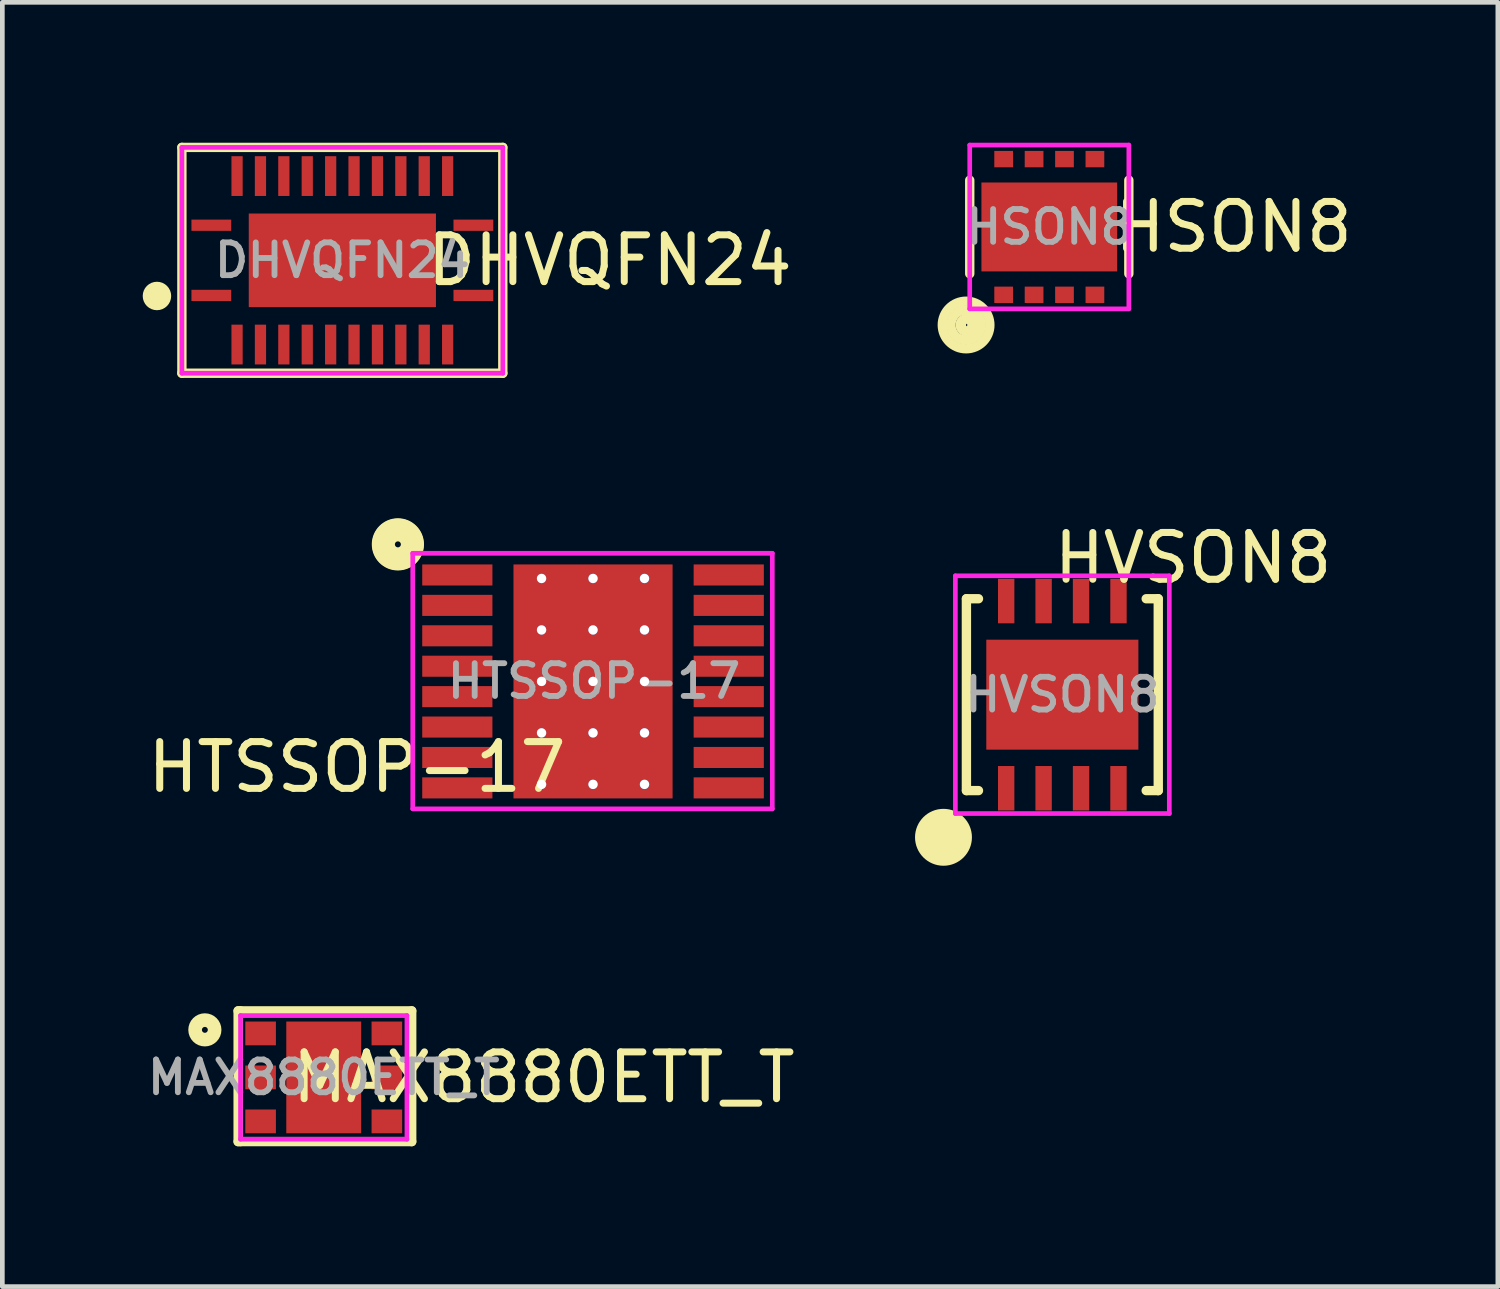
<source format=kicad_pcb>
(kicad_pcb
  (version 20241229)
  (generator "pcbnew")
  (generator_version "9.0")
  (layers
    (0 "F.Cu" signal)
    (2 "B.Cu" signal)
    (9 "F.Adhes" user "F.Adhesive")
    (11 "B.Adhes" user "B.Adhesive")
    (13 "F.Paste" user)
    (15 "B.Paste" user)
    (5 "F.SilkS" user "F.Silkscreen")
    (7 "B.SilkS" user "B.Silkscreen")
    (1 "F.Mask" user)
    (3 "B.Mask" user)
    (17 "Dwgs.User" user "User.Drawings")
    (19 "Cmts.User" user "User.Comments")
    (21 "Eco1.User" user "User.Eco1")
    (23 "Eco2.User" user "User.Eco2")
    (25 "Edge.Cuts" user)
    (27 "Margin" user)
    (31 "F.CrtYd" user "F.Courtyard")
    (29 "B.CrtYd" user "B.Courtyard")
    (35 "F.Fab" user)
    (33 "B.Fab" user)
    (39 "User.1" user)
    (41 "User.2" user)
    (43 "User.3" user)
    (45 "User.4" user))
  (footprint "MAX8880ETT_T"
    (layer "F.Cu")
    (at 3.868 19.974)
    (property "Reference" "MAX8880ETT_T" (at 4.7 0 0) (layer "F.SilkS") (effects (font (size 1 1) (thickness 0.15))))
    (attr through_hole)
    (fp_line (start -1.829 -1.422) (end -1.778 -1.422) (stroke (width 0.2) (type solid)) (layer "F.SilkS"))
    (fp_line (start -1.829 1.372) (end -1.829 -1.422) (stroke (width 0.2) (type solid)) (layer "F.SilkS"))
    (fp_line (start -1.778 -1.422) (end 1.88 -1.422) (stroke (width 0.2) (type solid)) (layer "F.SilkS"))
    (fp_line (start -1.778 1.372) (end -1.829 1.372) (stroke (width 0.2) (type solid)) (layer "F.SilkS"))
    (fp_line (start 1.88 -1.422) (end 1.88 1.372) (stroke (width 0.2) (type solid)) (layer "F.SilkS"))
    (fp_line (start 1.88 1.372) (end -1.778 1.372) (stroke (width 0.2) (type solid)) (layer "F.SilkS"))
    (fp_circle (center -2.54 -1.016) (end -2.477 -1.016) (stroke (width 0.2) (type solid)) (fill no) (layer "F.SilkS"))
    (fp_circle (center -2.54 -1.016) (end -2.286 -1.016) (stroke (width 0.2) (type solid)) (fill no) (layer "F.SilkS"))
    (fp_line (start -1.778 -1.321) (end 1.778 -1.321) (stroke (width 0.1) (type solid)) (layer "F.CrtYd"))
    (fp_line (start -1.778 1.321) (end -1.778 -1.321) (stroke (width 0.1) (type solid)) (layer "F.CrtYd"))
    (fp_line (start 1.778 -1.321) (end 1.778 1.321) (stroke (width 0.1) (type solid)) (layer "F.CrtYd"))
    (fp_line (start 1.778 1.321) (end -1.778 1.321) (stroke (width 0.1) (type solid)) (layer "F.CrtYd"))
    (fp_text user "${REFERENCE}" (at 0 0 0) (layer "F.Fab") (effects (font (size 0.7 0.7) (thickness 0.125))))
    (pad "" smd rect (at 0 0) (size 0.025 0.025) (layers "F.Paste"))
    (pad "1" smd rect (at -1.349 -0.94) (size 0.654 0.508) (layers "F.Cu" "F.Mask" "F.Paste"))
    (pad "2" smd rect (at -1.349 0) (size 0.654 0.508) (layers "F.Cu" "F.Mask" "F.Paste"))
    (pad "3" smd rect (at -1.349 0.94) (size 0.654 0.508) (layers "F.Cu" "F.Mask" "F.Paste"))
    (pad "4" smd rect (at 1.349 0.94) (size 0.654 0.508) (layers "F.Cu" "F.Mask" "F.Paste"))
    (pad "5" smd rect (at 1.349 0) (size 0.654 0.508) (layers "F.Cu" "F.Mask" "F.Paste"))
    (pad "6" smd rect (at 1.349 -0.94) (size 0.654 0.508) (layers "F.Cu" "F.Mask" "F.Paste"))
    (pad "7" smd rect (at 0 0) (size 1.6 2.388) (layers "F.Cu" "F.Mask" "F.Paste")))
  (footprint "HTSSOP-17"
    (layer "F.Cu")
    (at 9.623 11.512)
    (property "Reference" "HTSSOP-17" (at -5.045 1.831 0) (layer "F.SilkS") (effects (font (size 1 1) (thickness 0.15))))
    (attr through_hole)
    (fp_circle (center -4.17 -2.929) (end -4.106 -2.929) (stroke (width 0.2) (type solid)) (fill no) (layer "F.SilkS"))
    (fp_circle (center -4.17 -2.929) (end -3.979 -2.929) (stroke (width 0.2) (type solid)) (fill no) (layer "F.SilkS"))
    (fp_circle (center -4.17 -2.929) (end -3.853 -2.929) (stroke (width 0.2) (type solid)) (fill no) (layer "F.SilkS"))
    (fp_circle (center -4.17 -2.929) (end -3.725 -2.992) (stroke (width 0.2) (type solid)) (fill no) (layer "F.SilkS"))
    (fp_circle (center -4.17 -2.929) (end -3.662 -2.929) (stroke (width 0.1) (type solid)) (fill no) (layer "F.SilkS"))
    (fp_line (start -3.853 -2.738) (end -3.853 2.723) (stroke (width 0.1) (type solid)) (layer "F.CrtYd"))
    (fp_line (start -3.853 2.723) (end 3.831 2.723) (stroke (width 0.1) (type solid)) (layer "F.CrtYd"))
    (fp_line (start 3.831 -2.738) (end -3.853 -2.738) (stroke (width 0.1) (type solid)) (layer "F.CrtYd"))
    (fp_line (start 3.831 2.723) (end 3.831 -2.738) (stroke (width 0.1) (type solid)) (layer "F.CrtYd"))
    (fp_text user "${REFERENCE}" (at 0.021 -0.007 0) (layer "F.Fab") (effects (font (size 0.7 0.7) (thickness 0.125))))
    (pad "1" smd rect (at -2.9 -2.275) (size 1.5 0.45) (layers "F.Cu" "F.Mask" "F.Paste"))
    (pad "2" smd rect (at -2.9 -1.625) (size 1.5 0.45) (layers "F.Cu" "F.Mask" "F.Paste"))
    (pad "3" smd rect (at -2.9 -0.975) (size 1.5 0.45) (layers "F.Cu" "F.Mask" "F.Paste"))
    (pad "4" smd rect (at -2.9 -0.325) (size 1.5 0.45) (layers "F.Cu" "F.Mask" "F.Paste"))
    (pad "5" smd rect (at -2.9 0.325) (size 1.5 0.45) (layers "F.Cu" "F.Mask" "F.Paste"))
    (pad "6" smd rect (at -2.9 0.975) (size 1.5 0.45) (layers "F.Cu" "F.Mask" "F.Paste"))
    (pad "6" thru_hole circle (at -1.1 -2.2) (size 0.2 0.2) (drill 0.2) (layers "*.Cu" "*.Mask"))
    (pad "6" thru_hole circle (at -1.1 -1.1) (size 0.2 0.2) (drill 0.2) (layers "*.Cu" "*.Mask"))
    (pad "6" thru_hole circle (at -1.1 0) (size 0.2 0.2) (drill 0.2) (layers "*.Cu" "*.Mask"))
    (pad "6" thru_hole circle (at -1.1 1.1) (size 0.2 0.2) (drill 0.2) (layers "*.Cu" "*.Mask"))
    (pad "6" thru_hole circle (at -1.1 2.2) (size 0.2 0.2) (drill 0.2) (layers "*.Cu" "*.Mask"))
    (pad "6" thru_hole circle (at 0 -2.2) (size 0.2 0.2) (drill 0.2) (layers "*.Cu" "*.Mask"))
    (pad "6" thru_hole circle (at 0 -1.1) (size 0.2 0.2) (drill 0.2) (layers "*.Cu" "*.Mask"))
    (pad "6" thru_hole circle (at 0 0) (size 0.2 0.2) (drill 0.2) (layers "*.Cu" "*.Mask"))
    (pad "6" smd rect (at 0 0) (size 3.4 5) (layers "F.Cu" "F.Mask" "F.Paste"))
    (pad "6" thru_hole circle (at 0 1.1) (size 0.2 0.2) (drill 0.2) (layers "*.Cu" "*.Mask"))
    (pad "6" thru_hole circle (at 0 2.2) (size 0.2 0.2) (drill 0.2) (layers "*.Cu" "*.Mask"))
    (pad "6" thru_hole circle (at 1.1 -2.2) (size 0.2 0.2) (drill 0.2) (layers "*.Cu" "*.Mask"))
    (pad "6" thru_hole circle (at 1.1 -1.1) (size 0.2 0.2) (drill 0.2) (layers "*.Cu" "*.Mask"))
    (pad "6" thru_hole circle (at 1.1 0) (size 0.2 0.2) (drill 0.2) (layers "*.Cu" "*.Mask"))
    (pad "6" thru_hole circle (at 1.1 1.1) (size 0.2 0.2) (drill 0.2) (layers "*.Cu" "*.Mask"))
    (pad "6" thru_hole circle (at 1.1 2.2) (size 0.2 0.2) (drill 0.2) (layers "*.Cu" "*.Mask"))
    (pad "7" smd rect (at -2.9 1.625) (size 1.5 0.45) (layers "F.Cu" "F.Mask" "F.Paste"))
    (pad "8" smd rect (at -2.9 2.275) (size 1.5 0.45) (layers "F.Cu" "F.Mask" "F.Paste"))
    (pad "9" smd rect (at 2.9 2.275) (size 1.5 0.45) (layers "F.Cu" "F.Mask" "F.Paste"))
    (pad "10" smd rect (at 2.9 1.625) (size 1.5 0.45) (layers "F.Cu" "F.Mask" "F.Paste"))
    (pad "11" smd rect (at 2.9 0.975) (size 1.5 0.45) (layers "F.Cu" "F.Mask" "F.Paste"))
    (pad "12" smd rect (at 2.9 0.325) (size 1.5 0.45) (layers "F.Cu" "F.Mask" "F.Paste"))
    (pad "13" smd rect (at 2.9 -0.325) (size 1.5 0.45) (layers "F.Cu" "F.Mask" "F.Paste"))
    (pad "14" smd rect (at 2.9 -0.975) (size 1.5 0.45) (layers "F.Cu" "F.Mask" "F.Paste"))
    (pad "15" smd rect (at 2.9 -1.625) (size 1.5 0.45) (layers "F.Cu" "F.Mask" "F.Paste"))
    (pad "16" smd rect (at 2.9 -2.275) (size 1.5 0.45) (layers "F.Cu" "F.Mask" "F.Paste")))
  (footprint "HVSON8"
    (layer "F.Cu")
    (at 19.652 11.795)
    (property "Reference" "HVSON8" (at 2.794 -2.921 180) (layer "F.SilkS") (effects (font (size 1 1) (thickness 0.15))))
    (attr through_hole)
    (fp_line (start -2.05 -2.05) (end -2.05 2.05) (stroke (width 0.2) (type solid)) (layer "F.SilkS"))
    (fp_line (start -2.048 -2.05) (end -1.792 -2.05) (stroke (width 0.2) (type solid)) (layer "F.SilkS"))
    (fp_line (start -2.048 2.05) (end -1.792 2.05) (stroke (width 0.2) (type solid)) (layer "F.SilkS"))
    (fp_line (start 2.048 -2.05) (end 1.792 -2.05) (stroke (width 0.2) (type solid)) (layer "F.SilkS"))
    (fp_line (start 2.048 2.05) (end 1.792 2.05) (stroke (width 0.2) (type solid)) (layer "F.SilkS"))
    (fp_line (start 2.05 -2.05) (end 2.05 2.05) (stroke (width 0.2) (type solid)) (layer "F.SilkS"))
    (fp_circle (center -2.667 3.048) (end -2.54 3.048) (stroke (width 0.2) (type solid)) (fill no) (layer "F.SilkS"))
    (fp_circle (center -2.54 3.048) (end -2.413 3.048) (stroke (width 0.2) (type solid)) (fill no) (layer "F.SilkS"))
    (fp_circle (center -2.54 3.048) (end -2.286 3.048) (stroke (width 0.2) (type solid)) (fill no) (layer "F.SilkS"))
    (fp_circle (center -2.54 3.048) (end -2.159 3.048) (stroke (width 0.2) (type solid)) (fill no) (layer "F.SilkS"))
    (fp_circle (center -2.54 3.048) (end -2.032 3.048) (stroke (width 0.2) (type solid)) (fill no) (layer "F.SilkS"))
    (fp_line (start -2.286 -2.54) (end -2.286 2.54) (stroke (width 0.1) (type solid)) (layer "F.CrtYd"))
    (fp_line (start -2.286 2.54) (end 2.286 2.54) (stroke (width 0.1) (type solid)) (layer "F.CrtYd"))
    (fp_line (start 2.286 -2.54) (end -2.286 -2.54) (stroke (width 0.1) (type solid)) (layer "F.CrtYd"))
    (fp_line (start 2.286 2.54) (end 2.286 -2.54) (stroke (width 0.1) (type solid)) (layer "F.CrtYd"))
    (fp_text user "${REFERENCE}" (at 0 0 0) (layer "F.Fab") (effects (font (size 0.7 0.7) (thickness 0.125))))
    (pad "1" smd rect (at -1.2 2) (size 0.35 0.95) (layers "F.Cu" "F.Mask" "F.Paste"))
    (pad "2" smd rect (at -0.4 2) (size 0.35 0.95) (layers "F.Cu" "F.Mask" "F.Paste"))
    (pad "3" smd rect (at 0.4 2) (size 0.35 0.95) (layers "F.Cu" "F.Mask" "F.Paste"))
    (pad "4" smd rect (at 0 0) (size 3.25 2.35) (layers "F.Cu" "F.Mask" "F.Paste"))
    (pad "4" smd rect (at 1.2 2) (size 0.35 0.95) (layers "F.Cu" "F.Mask" "F.Paste"))
    (pad "5" smd rect (at 1.2 -2) (size 0.35 0.95) (layers "F.Cu" "F.Mask" "F.Paste"))
    (pad "6" smd rect (at 0.4 -2) (size 0.35 0.95) (layers "F.Cu" "F.Mask" "F.Paste"))
    (pad "7" smd rect (at -0.4 -2) (size 0.35 0.95) (layers "F.Cu" "F.Mask" "F.Paste"))
    (pad "8" smd rect (at -1.2 -2) (size 0.35 0.95) (layers "F.Cu" "F.Mask" "F.Paste")))
  (footprint "DHVQFN24"
    (layer "F.Cu")
    (at 4.266 2.513)
    (property "Reference" "DHVQFN24" (at 5.715 0 0) (layer "F.SilkS") (effects (font (size 1 1) (thickness 0.15))))
    (attr through_hole)
    (fp_line (start -4.039 0.762) (end -3.937 0.762) (stroke (width 0.1) (type solid)) (layer "F.SilkS"))
    (fp_line (start -3.429 -2.413) (end -3.429 2.413) (stroke (width 0.2) (type solid)) (layer "F.SilkS"))
    (fp_line (start -3.429 2.413) (end 3.429 2.413) (stroke (width 0.2) (type solid)) (layer "F.SilkS"))
    (fp_line (start 3.429 -2.413) (end -3.429 -2.413) (stroke (width 0.2) (type solid)) (layer "F.SilkS"))
    (fp_line (start 3.429 2.413) (end 3.429 -2.413) (stroke (width 0.2) (type solid)) (layer "F.SilkS"))
    (fp_circle (center -3.962 0.762) (end -3.937 0.762) (stroke (width 0.1) (type solid)) (fill no) (layer "F.SilkS"))
    (fp_circle (center -3.962 0.762) (end -3.937 0.762) (stroke (width 0.1) (type solid)) (fill no) (layer "F.SilkS"))
    (fp_circle (center -3.962 0.762) (end -3.861 0.762) (stroke (width 0.1) (type solid)) (fill no) (layer "F.SilkS"))
    (fp_circle (center -3.962 0.762) (end -3.785 0.762) (stroke (width 0.1) (type solid)) (fill no) (layer "F.SilkS"))
    (fp_circle (center -3.962 0.762) (end -3.708 0.762) (stroke (width 0.1) (type solid)) (fill no) (layer "F.SilkS"))
    (fp_line (start -3.429 -2.413) (end -3.429 2.413) (stroke (width 0.1) (type solid)) (layer "F.CrtYd"))
    (fp_line (start -3.429 2.413) (end 3.429 2.413) (stroke (width 0.1) (type solid)) (layer "F.CrtYd"))
    (fp_line (start 3.429 -2.413) (end -3.429 -2.413) (stroke (width 0.1) (type solid)) (layer "F.CrtYd"))
    (fp_line (start 3.429 2.413) (end 3.429 -2.413) (stroke (width 0.1) (type solid)) (layer "F.CrtYd"))
    (fp_text user "${REFERENCE}" (at 0 0 0) (layer "F.Fab") (effects (font (size 0.7 0.7) (thickness 0.125))))
    (pad "1" smd rect (at -2.8 0.75) (size 0.85 0.24) (layers "F.Cu" "F.Paste"))
    (pad "1" smd rect (at 0 0) (size 4 2) (layers "F.Cu" "F.Mask"))
    (pad "2" smd rect (at -2.25 1.8) (size 0.24 0.85) (layers "F.Cu" "F.Paste"))
    (pad "3" smd rect (at -1.75 1.8) (size 0.24 0.85) (layers "F.Cu" "F.Paste"))
    (pad "4" smd rect (at -1.25 1.8) (size 0.24 0.85) (layers "F.Cu" "F.Paste"))
    (pad "5" smd rect (at -0.75 1.8) (size 0.24 0.85) (layers "F.Cu" "F.Paste"))
    (pad "6" smd rect (at -0.25 1.8) (size 0.24 0.85) (layers "F.Cu" "F.Paste"))
    (pad "7" smd rect (at 0.25 1.8) (size 0.24 0.85) (layers "F.Cu" "F.Paste"))
    (pad "8" smd rect (at 0.75 1.8) (size 0.24 0.85) (layers "F.Cu" "F.Paste"))
    (pad "9" smd rect (at 1.25 1.8) (size 0.24 0.85) (layers "F.Cu" "F.Paste"))
    (pad "10" smd rect (at 1.75 1.8) (size 0.24 0.85) (layers "F.Cu" "F.Paste"))
    (pad "11" smd rect (at 2.25 1.8) (size 0.24 0.85) (layers "F.Cu" "F.Paste"))
    (pad "12" smd rect (at 2.8 0.75) (size 0.85 0.24) (layers "F.Cu" "F.Paste"))
    (pad "13" smd rect (at 2.8 -0.75) (size 0.85 0.24) (layers "F.Cu" "F.Paste"))
    (pad "14" smd rect (at 2.25 -1.8) (size 0.24 0.85) (layers "F.Cu" "F.Paste"))
    (pad "15" smd rect (at 1.75 -1.8) (size 0.24 0.85) (layers "F.Cu" "F.Paste"))
    (pad "16" smd rect (at 1.25 -1.8) (size 0.24 0.85) (layers "F.Cu" "F.Paste"))
    (pad "17" smd rect (at 0.75 -1.8) (size 0.24 0.85) (layers "F.Cu" "F.Paste"))
    (pad "18" smd rect (at 0.25 -1.8) (size 0.24 0.85) (layers "F.Cu" "F.Paste"))
    (pad "19" smd rect (at -0.25 -1.8) (size 0.24 0.85) (layers "F.Cu" "F.Paste"))
    (pad "20" smd rect (at -0.75 -1.8) (size 0.24 0.85) (layers "F.Cu" "F.Paste"))
    (pad "21" smd rect (at -1.25 -1.8) (size 0.24 0.85) (layers "F.Cu" "F.Paste"))
    (pad "22" smd rect (at -1.75 -1.8) (size 0.24 0.85) (layers "F.Cu" "F.Paste"))
    (pad "23" smd rect (at -2.25 -1.8) (size 0.24 0.85) (layers "F.Cu" "F.Paste"))
    (pad "24" smd rect (at -2.8 -0.75) (size 0.85 0.24) (layers "F.Cu" "F.Paste"))
    (pad "~" smd rect (at -0.975 -0.75) (size 0.6 0.45) (layers "F.Cu" "F.Paste"))
    (pad "~" smd rect (at -0.975 0.75) (size 0.6 0.45) (layers "F.Cu" "F.Paste"))
    (pad "~" smd rect (at 0 -0.75) (size 0.6 0.45) (layers "F.Cu" "F.Paste"))
    (pad "~" smd rect (at 0 0.75) (size 0.6 0.45) (layers "F.Cu" "F.Paste"))
    (pad "~" smd rect (at 0.975 -0.75) (size 0.6 0.45) (layers "F.Cu" "F.Paste"))
    (pad "~" smd rect (at 0.975 0.75) (size 0.6 0.45) (layers "F.Cu" "F.Paste")))
  (footprint "HSON8"
    (layer "F.Cu")
    (at 19.373 1.8)
    (property "Reference" "HSON8" (at 3.937 0 0) (layer "F.SilkS") (effects (font (size 1 1) (thickness 0.15))))
    (attr through_hole)
    (fp_line (start -1.7 1) (end -1.7 -1) (stroke (width 0.2) (type solid)) (layer "F.SilkS"))
    (fp_line (start 1.7 -1) (end 1.7 1) (stroke (width 0.2) (type solid)) (layer "F.SilkS"))
    (fp_circle (center -1.778 2.095) (end -1.651 2.095) (stroke (width 0.2) (type solid)) (fill no) (layer "F.SilkS"))
    (fp_circle (center -1.778 2.095) (end -1.46 2.032) (stroke (width 0.2) (type solid)) (fill no) (layer "F.SilkS"))
    (fp_circle (center -1.778 2.095) (end -1.27 2.095) (stroke (width 0.2) (type solid)) (fill no) (layer "F.SilkS"))
    (fp_circle (center -1.714 2.095) (end -1.778 2.095) (stroke (width 0.2) (type solid)) (fill no) (layer "F.SilkS"))
    (fp_line (start -1.7 -1.75) (end -1.7 1.75) (stroke (width 0.1) (type solid)) (layer "F.CrtYd"))
    (fp_line (start -1.7 1.75) (end 1.7 1.75) (stroke (width 0.1) (type solid)) (layer "F.CrtYd"))
    (fp_line (start 1.7 -1.75) (end -1.7 -1.75) (stroke (width 0.1) (type solid)) (layer "F.CrtYd"))
    (fp_line (start 1.7 1.75) (end 1.7 -1.75) (stroke (width 0.1) (type solid)) (layer "F.CrtYd"))
    (fp_text user "${REFERENCE}" (at 0 0 0) (layer "F.Fab") (effects (font (size 0.7 0.7) (thickness 0.125))))
    (pad "1" smd rect (at -0.975 1.45) (size 0.4 0.35) (layers "F.Cu" "F.Mask" "F.Paste"))
    (pad "2" smd rect (at -0.325 1.45) (size 0.4 0.35) (layers "F.Cu" "F.Mask" "F.Paste"))
    (pad "3" smd rect (at 0.325 1.45) (size 0.4 0.35) (layers "F.Cu" "F.Mask" "F.Paste"))
    (pad "4" smd rect (at 0.975 1.45) (size 0.4 0.35) (layers "F.Cu" "F.Mask" "F.Paste"))
    (pad "5" smd rect (at 0.975 -1.45) (size 0.4 0.35) (layers "F.Cu" "F.Mask" "F.Paste"))
    (pad "6" smd rect (at 0.325 -1.45) (size 0.4 0.35) (layers "F.Cu" "F.Mask" "F.Paste"))
    (pad "7" smd rect (at -0.325 -1.45) (size 0.4 0.35) (layers "F.Cu" "F.Mask" "F.Paste"))
    (pad "8" smd rect (at -0.975 -1.45) (size 0.4 0.35) (layers "F.Cu" "F.Mask" "F.Paste"))
    (pad "EP" smd rect (at 0 0) (size 2.9 1.9) (layers "F.Cu" "F.Mask" "F.Paste")))
  (gr_rect
    (start -3 -3)
    (end 28.959 24.445)
    (stroke (width 0.1) (type default))
    (fill no)
    (layer "Edge.Cuts")))
</source>
